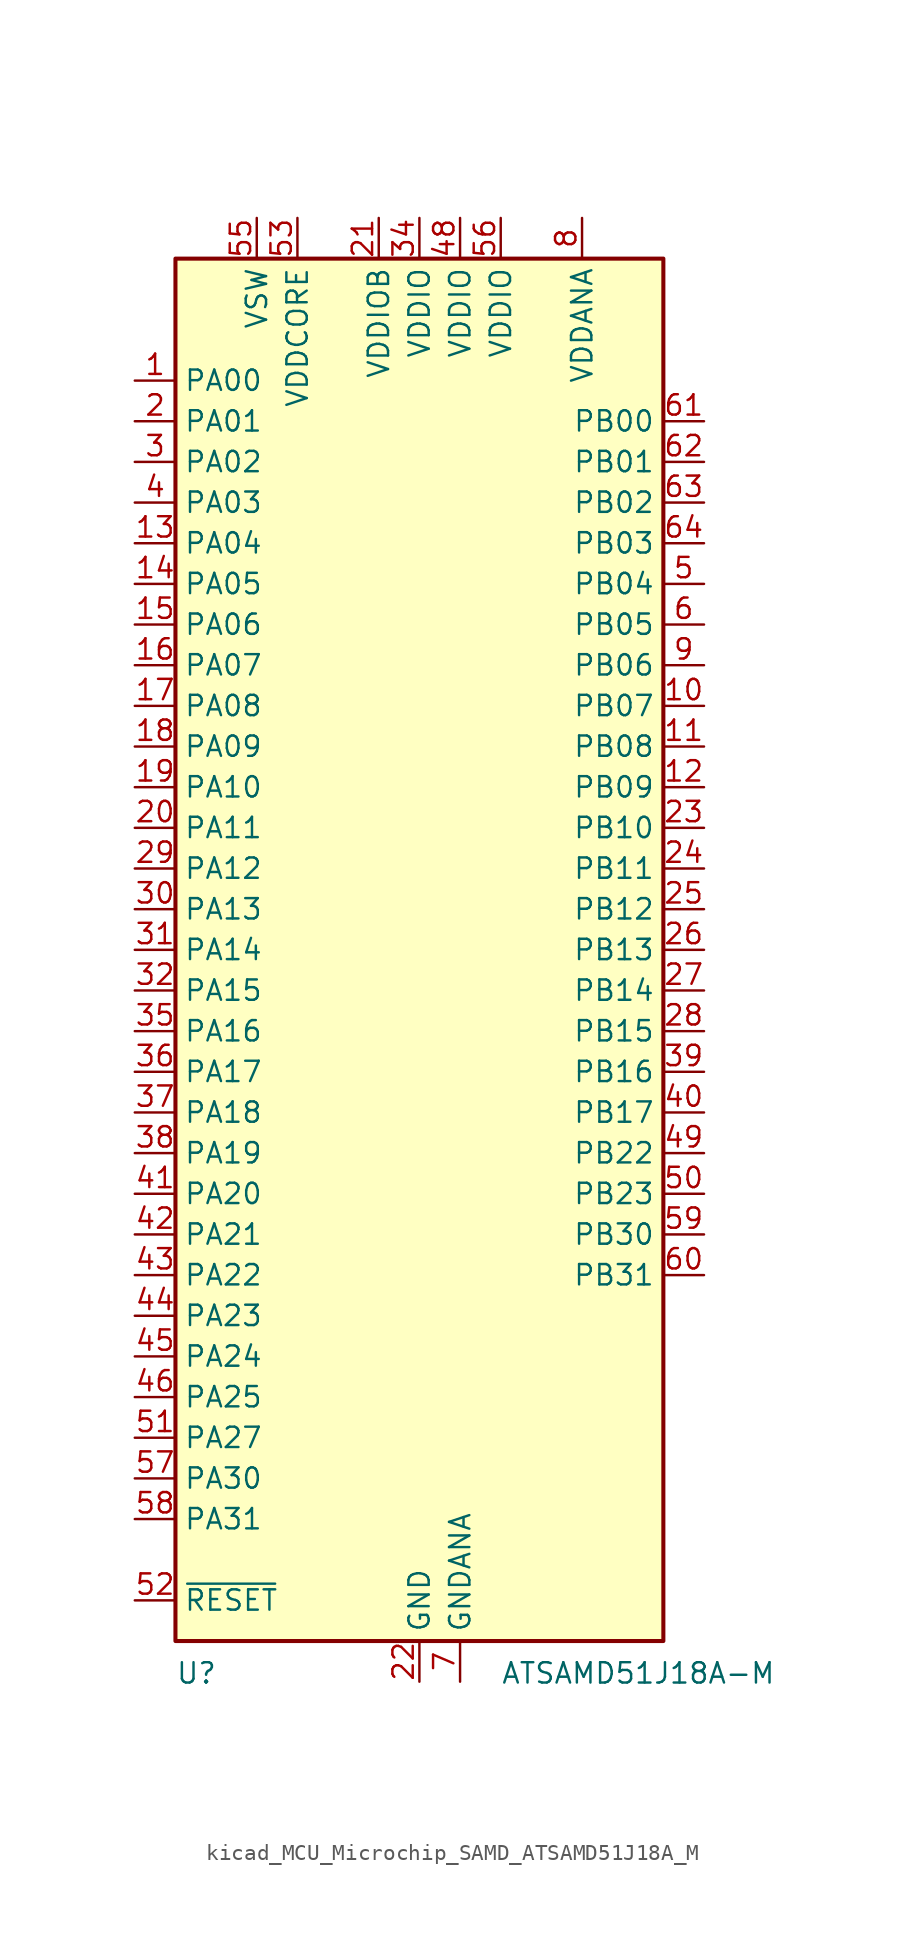
<source format=kicad_sym>
(kicad_symbol_lib
  (version 20220914)
  (generator kicad_symbol_editor)
  (symbol "kicad_MCU_Microchip_SAMD_ATSAMD51J18A_M"
    (property "Reference" "U"
      (at -15.24 -44.45 0)
      (effects (font (size 1.27 1.27)) (justify left top)))
    (property "Value" "ATSAMD51J18A-M"
      (at 5.08 -44.45 0)
      (effects (font (size 1.27 1.27)) (justify left top)))
    (symbol "kicad_MCU_Microchip_SAMD_ATSAMD51J18A_M_0_1"
      (rectangle (start -15.24 43.18) (end 15.24 -43.18) (stroke (width 0.254) (type default)) (fill (type background))))
    (symbol "kicad_MCU_Microchip_SAMD_ATSAMD51J18A_M_1_0"
      (pin bidirectional line (at 17.78 25.4 180) (length 2.54) (name "PB03" (effects (font (size 1.27 1.27)))) (number "64" (effects (font (size 1.27 1.27))))))
    (symbol "kicad_MCU_Microchip_SAMD_ATSAMD51J18A_M_1_1"
      (pin bidirectional line (at -17.78 35.56 0) (length 2.54) (name "PA00" (effects (font (size 1.27 1.27)))) (number "1" (effects (font (size 1.27 1.27)))))
      (pin bidirectional line (at 17.78 15.24 180) (length 2.54) (name "PB07" (effects (font (size 1.27 1.27)))) (number "10" (effects (font (size 1.27 1.27)))))
      (pin bidirectional line (at 17.78 12.7 180) (length 2.54) (name "PB08" (effects (font (size 1.27 1.27)))) (number "11" (effects (font (size 1.27 1.27)))))
      (pin bidirectional line (at 17.78 10.16 180) (length 2.54) (name "PB09" (effects (font (size 1.27 1.27)))) (number "12" (effects (font (size 1.27 1.27)))))
      (pin bidirectional line (at -17.78 25.4 0) (length 2.54) (name "PA04" (effects (font (size 1.27 1.27)))) (number "13" (effects (font (size 1.27 1.27)))))
      (pin bidirectional line (at -17.78 22.86 0) (length 2.54) (name "PA05" (effects (font (size 1.27 1.27)))) (number "14" (effects (font (size 1.27 1.27)))))
      (pin bidirectional line (at -17.78 20.32 0) (length 2.54) (name "PA06" (effects (font (size 1.27 1.27)))) (number "15" (effects (font (size 1.27 1.27)))))
      (pin bidirectional line (at -17.78 17.78 0) (length 2.54) (name "PA07" (effects (font (size 1.27 1.27)))) (number "16" (effects (font (size 1.27 1.27)))))
      (pin bidirectional line (at -17.78 15.24 0) (length 2.54) (name "PA08" (effects (font (size 1.27 1.27)))) (number "17" (effects (font (size 1.27 1.27)))))
      (pin bidirectional line (at -17.78 12.7 0) (length 2.54) (name "PA09" (effects (font (size 1.27 1.27)))) (number "18" (effects (font (size 1.27 1.27)))))
      (pin bidirectional line (at -17.78 10.16 0) (length 2.54) (name "PA10" (effects (font (size 1.27 1.27)))) (number "19" (effects (font (size 1.27 1.27)))))
      (pin bidirectional line (at -17.78 33.02 0) (length 2.54) (name "PA01" (effects (font (size 1.27 1.27)))) (number "2" (effects (font (size 1.27 1.27)))))
      (pin bidirectional line (at -17.78 7.62 0) (length 2.54) (name "PA11" (effects (font (size 1.27 1.27)))) (number "20" (effects (font (size 1.27 1.27)))))
      (pin power_in line (at -2.54 45.72 270) (length 2.54) (name "VDDIOB" (effects (font (size 1.27 1.27)))) (number "21" (effects (font (size 1.27 1.27)))))
      (pin power_in line (at 0 -45.72 90) (length 2.54) (name "GND" (effects (font (size 1.27 1.27)))) (number "22" (effects (font (size 1.27 1.27)))))
      (pin bidirectional line (at 17.78 7.62 180) (length 2.54) (name "PB10" (effects (font (size 1.27 1.27)))) (number "23" (effects (font (size 1.27 1.27)))))
      (pin bidirectional line (at 17.78 5.08 180) (length 2.54) (name "PB11" (effects (font (size 1.27 1.27)))) (number "24" (effects (font (size 1.27 1.27)))))
      (pin bidirectional line (at 17.78 2.54 180) (length 2.54) (name "PB12" (effects (font (size 1.27 1.27)))) (number "25" (effects (font (size 1.27 1.27)))))
      (pin bidirectional line (at 17.78 0 180) (length 2.54) (name "PB13" (effects (font (size 1.27 1.27)))) (number "26" (effects (font (size 1.27 1.27)))))
      (pin bidirectional line (at 17.78 -2.54 180) (length 2.54) (name "PB14" (effects (font (size 1.27 1.27)))) (number "27" (effects (font (size 1.27 1.27)))))
      (pin bidirectional line (at 17.78 -5.08 180) (length 2.54) (name "PB15" (effects (font (size 1.27 1.27)))) (number "28" (effects (font (size 1.27 1.27)))))
      (pin bidirectional line (at -17.78 5.08 0) (length 2.54) (name "PA12" (effects (font (size 1.27 1.27)))) (number "29" (effects (font (size 1.27 1.27)))))
      (pin bidirectional line (at -17.78 30.48 0) (length 2.54) (name "PA02" (effects (font (size 1.27 1.27)))) (number "3" (effects (font (size 1.27 1.27)))))
      (pin bidirectional line (at -17.78 2.54 0) (length 2.54) (name "PA13" (effects (font (size 1.27 1.27)))) (number "30" (effects (font (size 1.27 1.27)))))
      (pin bidirectional line (at -17.78 0 0) (length 2.54) (name "PA14" (effects (font (size 1.27 1.27)))) (number "31" (effects (font (size 1.27 1.27)))))
      (pin bidirectional line (at -17.78 -2.54 0) (length 2.54) (name "PA15" (effects (font (size 1.27 1.27)))) (number "32" (effects (font (size 1.27 1.27)))))
      (pin passive line (at 0 -45.72 90) (length 2.54) hide (name "GND" (effects (font (size 1.27 1.27)))) (number "33" (effects (font (size 1.27 1.27)))))
      (pin power_in line (at 0 45.72 270) (length 2.54) (name "VDDIO" (effects (font (size 1.27 1.27)))) (number "34" (effects (font (size 1.27 1.27)))))
      (pin bidirectional line (at -17.78 -5.08 0) (length 2.54) (name "PA16" (effects (font (size 1.27 1.27)))) (number "35" (effects (font (size 1.27 1.27)))))
      (pin bidirectional line (at -17.78 -7.62 0) (length 2.54) (name "PA17" (effects (font (size 1.27 1.27)))) (number "36" (effects (font (size 1.27 1.27)))))
      (pin bidirectional line (at -17.78 -10.16 0) (length 2.54) (name "PA18" (effects (font (size 1.27 1.27)))) (number "37" (effects (font (size 1.27 1.27)))))
      (pin bidirectional line (at -17.78 -12.7 0) (length 2.54) (name "PA19" (effects (font (size 1.27 1.27)))) (number "38" (effects (font (size 1.27 1.27)))))
      (pin bidirectional line (at 17.78 -7.62 180) (length 2.54) (name "PB16" (effects (font (size 1.27 1.27)))) (number "39" (effects (font (size 1.27 1.27)))))
      (pin bidirectional line (at -17.78 27.94 0) (length 2.54) (name "PA03" (effects (font (size 1.27 1.27)))) (number "4" (effects (font (size 1.27 1.27)))))
      (pin bidirectional line (at 17.78 -10.16 180) (length 2.54) (name "PB17" (effects (font (size 1.27 1.27)))) (number "40" (effects (font (size 1.27 1.27)))))
      (pin bidirectional line (at -17.78 -15.24 0) (length 2.54) (name "PA20" (effects (font (size 1.27 1.27)))) (number "41" (effects (font (size 1.27 1.27)))))
      (pin bidirectional line (at -17.78 -17.78 0) (length 2.54) (name "PA21" (effects (font (size 1.27 1.27)))) (number "42" (effects (font (size 1.27 1.27)))))
      (pin bidirectional line (at -17.78 -20.32 0) (length 2.54) (name "PA22" (effects (font (size 1.27 1.27)))) (number "43" (effects (font (size 1.27 1.27)))))
      (pin bidirectional line (at -17.78 -22.86 0) (length 2.54) (name "PA23" (effects (font (size 1.27 1.27)))) (number "44" (effects (font (size 1.27 1.27)))))
      (pin bidirectional line (at -17.78 -25.4 0) (length 2.54) (name "PA24" (effects (font (size 1.27 1.27)))) (number "45" (effects (font (size 1.27 1.27)))))
      (pin bidirectional line (at -17.78 -27.94 0) (length 2.54) (name "PA25" (effects (font (size 1.27 1.27)))) (number "46" (effects (font (size 1.27 1.27)))))
      (pin passive line (at 0 -45.72 90) (length 2.54) hide (name "GND" (effects (font (size 1.27 1.27)))) (number "47" (effects (font (size 1.27 1.27)))))
      (pin power_in line (at 2.54 45.72 270) (length 2.54) (name "VDDIO" (effects (font (size 1.27 1.27)))) (number "48" (effects (font (size 1.27 1.27)))))
      (pin bidirectional line (at 17.78 -12.7 180) (length 2.54) (name "PB22" (effects (font (size 1.27 1.27)))) (number "49" (effects (font (size 1.27 1.27)))))
      (pin bidirectional line (at 17.78 22.86 180) (length 2.54) (name "PB04" (effects (font (size 1.27 1.27)))) (number "5" (effects (font (size 1.27 1.27)))))
      (pin bidirectional line (at 17.78 -15.24 180) (length 2.54) (name "PB23" (effects (font (size 1.27 1.27)))) (number "50" (effects (font (size 1.27 1.27)))))
      (pin bidirectional line (at -17.78 -30.48 0) (length 2.54) (name "PA27" (effects (font (size 1.27 1.27)))) (number "51" (effects (font (size 1.27 1.27)))))
      (pin input line (at -17.78 -40.64 0) (length 2.54) (name "~{RESET}" (effects (font (size 1.27 1.27)))) (number "52" (effects (font (size 1.27 1.27)))))
      (pin power_out line (at -7.62 45.72 270) (length 2.54) (name "VDDCORE" (effects (font (size 1.27 1.27)))) (number "53" (effects (font (size 1.27 1.27)))))
      (pin passive line (at 0 -45.72 90) (length 2.54) hide (name "GND" (effects (font (size 1.27 1.27)))) (number "54" (effects (font (size 1.27 1.27)))))
      (pin power_in line (at -10.16 45.72 270) (length 2.54) (name "VSW" (effects (font (size 1.27 1.27)))) (number "55" (effects (font (size 1.27 1.27)))))
      (pin power_in line (at 5.08 45.72 270) (length 2.54) (name "VDDIO" (effects (font (size 1.27 1.27)))) (number "56" (effects (font (size 1.27 1.27)))))
      (pin bidirectional line (at -17.78 -33.02 0) (length 2.54) (name "PA30" (effects (font (size 1.27 1.27)))) (number "57" (effects (font (size 1.27 1.27)))))
      (pin bidirectional line (at -17.78 -35.56 0) (length 2.54) (name "PA31" (effects (font (size 1.27 1.27)))) (number "58" (effects (font (size 1.27 1.27)))))
      (pin bidirectional line (at 17.78 -17.78 180) (length 2.54) (name "PB30" (effects (font (size 1.27 1.27)))) (number "59" (effects (font (size 1.27 1.27)))))
      (pin bidirectional line (at 17.78 20.32 180) (length 2.54) (name "PB05" (effects (font (size 1.27 1.27)))) (number "6" (effects (font (size 1.27 1.27)))))
      (pin bidirectional line (at 17.78 -20.32 180) (length 2.54) (name "PB31" (effects (font (size 1.27 1.27)))) (number "60" (effects (font (size 1.27 1.27)))))
      (pin bidirectional line (at 17.78 33.02 180) (length 2.54) (name "PB00" (effects (font (size 1.27 1.27)))) (number "61" (effects (font (size 1.27 1.27)))))
      (pin bidirectional line (at 17.78 30.48 180) (length 2.54) (name "PB01" (effects (font (size 1.27 1.27)))) (number "62" (effects (font (size 1.27 1.27)))))
      (pin bidirectional line (at 17.78 27.94 180) (length 2.54) (name "PB02" (effects (font (size 1.27 1.27)))) (number "63" (effects (font (size 1.27 1.27)))))
      (pin passive line (at 0 -45.72 90) (length 2.54) hide (name "GND" (effects (font (size 1.27 1.27)))) (number "65" (effects (font (size 1.27 1.27)))))
      (pin power_in line (at 2.54 -45.72 90) (length 2.54) (name "GNDANA" (effects (font (size 1.27 1.27)))) (number "7" (effects (font (size 1.27 1.27)))))
      (pin power_in line (at 10.16 45.72 270) (length 2.54) (name "VDDANA" (effects (font (size 1.27 1.27)))) (number "8" (effects (font (size 1.27 1.27)))))
      (pin bidirectional line (at 17.78 17.78 180) (length 2.54) (name "PB06" (effects (font (size 1.27 1.27)))) (number "9" (effects (font (size 1.27 1.27))))))))
</source>
